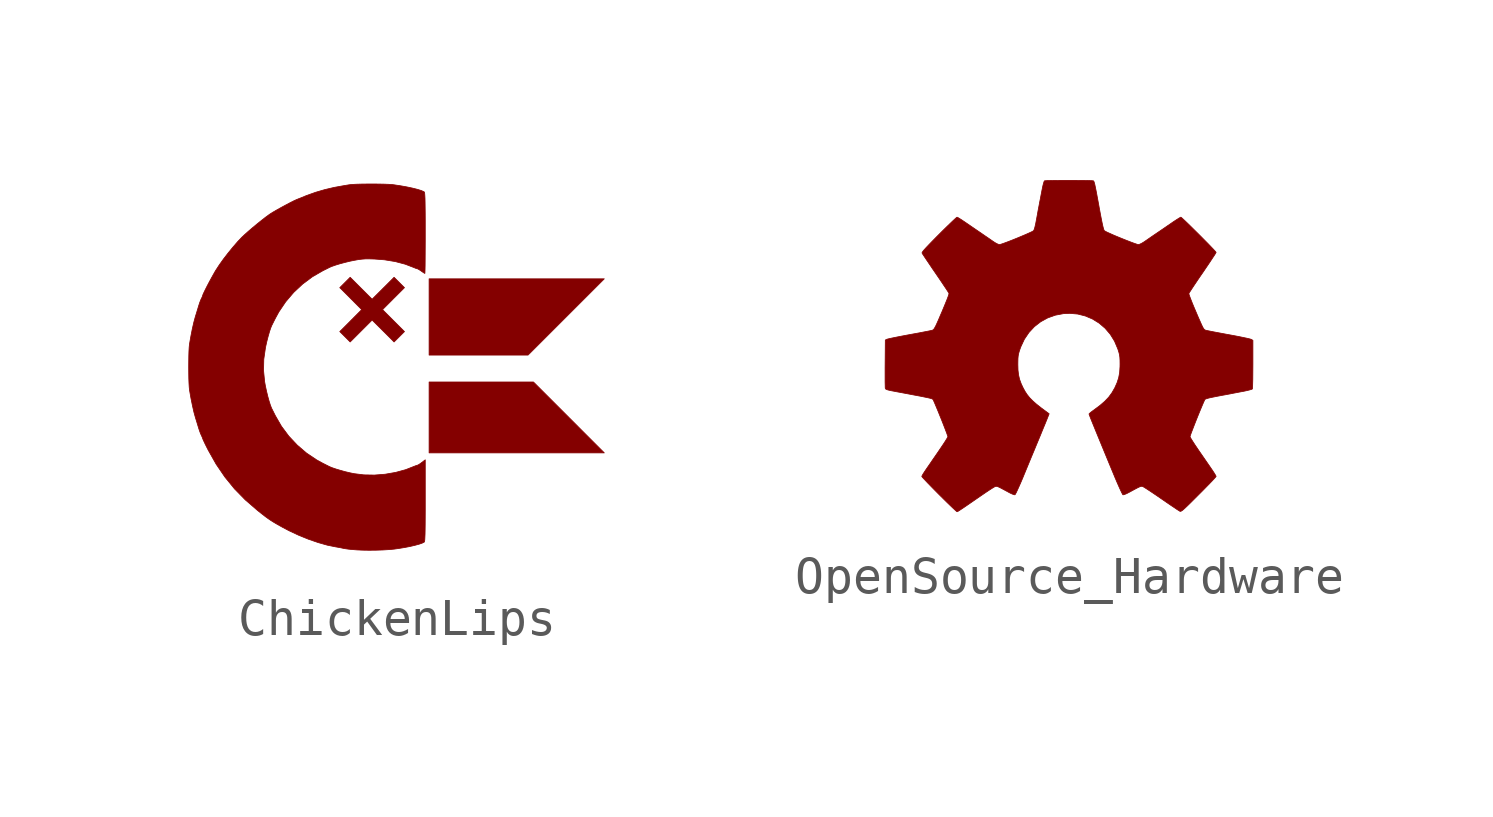
<source format=kicad_sym>
(kicad_symbol_lib
  (version 20211014)
  (generator kicad_symbol_editor)
  (symbol "ChickenLips"
    (pin_names
      (offset 1.016))
    (property "Reference" "G"
      (at 0 4.357 0)
      (effects (font (size 1.27 1.27)) hide))
    (symbol "ChickenLips_0_0"
      (polyline (pts (xy 5.673 2.391) (xy 0.902 2.391) (xy 0.902 0.315) (xy 3.597 0.315) (xy 5.673 2.391)) (stroke (width 0.01) (type default) (color 0 0 0 0)) (fill (type outline)))
      (polyline (pts (xy 4.709 -1.384) (xy 3.744 -0.419) (xy 0.902 -0.419) (xy 0.902 -2.349) (xy 5.673 -2.349) (xy 4.709 -1.384)) (stroke (width 0.01) (type default) (color 0 0 0 0)) (fill (type outline)))
      (polyline (pts (xy 0.231 0.954) (xy -0.366 1.552) (xy -0.068 1.851) (xy 0.231 2.15) (xy -0.052 2.433) (xy -0.351 2.134) (xy -0.65 1.836) (xy -1.248 2.433) (xy -1.531 2.15) (xy -1.232 1.851) (xy -0.934 1.552) (xy -1.232 1.253) (xy -1.531 0.954) (xy -1.248 0.671) (xy -0.65 1.268) (xy -0.351 0.97) (xy -0.052 0.671) (xy 0.231 0.954)) (stroke (width 0.01) (type default) (color 0 0 0 0)) (fill (type outline)))
      (polyline (pts (xy -0.546 -4.999) (xy -0.361 -4.993) (xy -0.193 -4.983) (xy -0.052 -4.97) (xy 0.07 -4.953) (xy 0.229 -4.927) (xy 0.38 -4.898) (xy 0.517 -4.866) (xy 0.632 -4.835) (xy 0.719 -4.804) (xy 0.771 -4.777) (xy 0.773 -4.774) (xy 0.779 -4.754) (xy 0.784 -4.714) (xy 0.787 -4.652) (xy 0.791 -4.564) (xy 0.793 -4.448) (xy 0.795 -4.301) (xy 0.796 -4.12) (xy 0.797 -3.903) (xy 0.797 -3.647) (xy 0.797 -2.538) (xy 0.701 -2.611) (xy 0.659 -2.642) (xy 0.611 -2.673) (xy 0.584 -2.685) (xy 0.582 -2.685) (xy 0.547 -2.695) (xy 0.496 -2.715) (xy 0.264 -2.806) (xy -0.007 -2.88) (xy -0.294 -2.93) (xy -0.586 -2.953) (xy -0.871 -2.948) (xy -1.14 -2.915) (xy -1.251 -2.892) (xy -1.382 -2.861) (xy -1.512 -2.825) (xy -1.633 -2.789) (xy -1.733 -2.755) (xy -1.802 -2.727) (xy -1.809 -2.724) (xy -1.851 -2.703) (xy -1.916 -2.67) (xy -1.992 -2.632) (xy -2.161 -2.54) (xy -2.436 -2.355) (xy -2.69 -2.137) (xy -2.919 -1.893) (xy -3.118 -1.626) (xy -3.282 -1.342) (xy -3.293 -1.321) (xy -3.331 -1.245) (xy -3.362 -1.183) (xy -3.381 -1.146) (xy -3.388 -1.132) (xy -3.419 -1.053) (xy -3.454 -0.944) (xy -3.49 -0.815) (xy -3.524 -0.675) (xy -3.555 -0.532) (xy -3.577 -0.411) (xy -3.607 -0.104) (xy -3.6 0.2) (xy -3.555 0.511) (xy -3.548 0.547) (xy -3.516 0.69) (xy -3.48 0.829) (xy -3.444 0.954) (xy -3.41 1.055) (xy -3.381 1.125) (xy -3.377 1.132) (xy -3.355 1.176) (xy -3.321 1.244) (xy -3.282 1.321) (xy -3.19 1.49) (xy -3.005 1.764) (xy -2.788 2.019) (xy -2.543 2.248) (xy -2.276 2.447) (xy -1.992 2.611) (xy -1.97 2.622) (xy -1.895 2.659) (xy -1.836 2.689) (xy -1.802 2.706) (xy -1.739 2.732) (xy -1.641 2.766) (xy -1.522 2.802) (xy -1.391 2.837) (xy -1.261 2.869) (xy -1.14 2.894) (xy -1.138 2.894) (xy -1.022 2.915) (xy -0.923 2.927) (xy -0.828 2.934) (xy -0.719 2.934) (xy -0.584 2.93) (xy -0.313 2.909) (xy -0.02 2.861) (xy 0.252 2.789) (xy 0.496 2.695) (xy 0.502 2.692) (xy 0.551 2.672) (xy 0.582 2.664) (xy 0.595 2.66) (xy 0.635 2.637) (xy 0.689 2.601) (xy 0.721 2.578) (xy 0.765 2.549) (xy 0.786 2.538) (xy 0.787 2.541) (xy 0.789 2.578) (xy 0.791 2.651) (xy 0.793 2.756) (xy 0.794 2.89) (xy 0.795 3.049) (xy 0.796 3.229) (xy 0.797 3.426) (xy 0.797 3.636) (xy 0.797 3.717) (xy 0.797 3.96) (xy 0.796 4.165) (xy 0.794 4.333) (xy 0.792 4.47) (xy 0.79 4.576) (xy 0.786 4.655) (xy 0.782 4.709) (xy 0.777 4.742) (xy 0.771 4.756) (xy 0.754 4.767) (xy 0.686 4.796) (xy 0.583 4.828) (xy 0.451 4.861) (xy 0.296 4.894) (xy 0.123 4.925) (xy -0.063 4.953) (xy -0.096 4.957) (xy -0.195 4.964) (xy -0.322 4.969) (xy -0.469 4.972) (xy -0.627 4.974) (xy -0.786 4.973) (xy -0.939 4.971) (xy -1.076 4.967) (xy -1.189 4.961) (xy -1.269 4.953) (xy -1.399 4.932) (xy -1.682 4.881) (xy -1.941 4.82) (xy -2.19 4.747) (xy -2.442 4.657) (xy -2.71 4.548) (xy -2.778 4.517) (xy -2.881 4.465) (xy -3.001 4.402) (xy -3.126 4.334) (xy -3.246 4.267) (xy -3.351 4.206) (xy -3.429 4.157) (xy -3.455 4.139) (xy -3.546 4.073) (xy -3.656 3.987) (xy -3.777 3.89) (xy -3.9 3.788) (xy -4.017 3.688) (xy -4.118 3.598) (xy -4.196 3.525) (xy -4.309 3.406) (xy -4.439 3.256) (xy -4.572 3.093) (xy -4.7 2.927) (xy -4.813 2.768) (xy -4.904 2.628) (xy -4.917 2.608) (xy -4.968 2.518) (xy -5.025 2.416) (xy -5.083 2.309) (xy -5.139 2.203) (xy -5.188 2.106) (xy -5.228 2.024) (xy -5.255 1.966) (xy -5.265 1.936) (xy -5.265 1.935) (xy -5.275 1.904) (xy -5.298 1.856) (xy -5.316 1.819) (xy -5.344 1.747) (xy -5.37 1.667) (xy -5.374 1.655) (xy -5.4 1.568) (xy -5.432 1.464) (xy -5.463 1.363) (xy -5.465 1.357) (xy -5.505 1.21) (xy -5.546 1.031) (xy -5.586 0.827) (xy -5.624 0.608) (xy -5.624 0.605) (xy -5.632 0.53) (xy -5.638 0.422) (xy -5.642 0.29) (xy -5.644 0.141) (xy -5.645 -0.015) (xy -5.644 -0.172) (xy -5.642 -0.32) (xy -5.637 -0.451) (xy -5.631 -0.557) (xy -5.624 -0.629) (xy -5.622 -0.641) (xy -5.584 -0.86) (xy -5.543 -1.062) (xy -5.503 -1.24) (xy -5.463 -1.384) (xy -5.458 -1.401) (xy -5.426 -1.504) (xy -5.395 -1.606) (xy -5.37 -1.688) (xy -5.351 -1.746) (xy -5.323 -1.822) (xy -5.298 -1.877) (xy -5.296 -1.882) (xy -5.274 -1.929) (xy -5.265 -1.957) (xy -5.265 -1.957) (xy -5.255 -1.983) (xy -5.23 -2.038) (xy -5.194 -2.114) (xy -5.149 -2.204) (xy -5.114 -2.273) (xy -4.898 -2.656) (xy -4.659 -3.007) (xy -4.396 -3.33) (xy -4.102 -3.63) (xy -3.775 -3.913) (xy -3.767 -3.92) (xy -3.649 -4.013) (xy -3.555 -4.086) (xy -3.473 -4.145) (xy -3.396 -4.197) (xy -3.314 -4.248) (xy -3.218 -4.304) (xy -3.098 -4.371) (xy -2.909 -4.471) (xy -2.648 -4.593) (xy -2.382 -4.701) (xy -2.121 -4.791) (xy -1.872 -4.862) (xy -1.647 -4.908) (xy -1.594 -4.917) (xy -1.502 -4.934) (xy -1.424 -4.951) (xy -1.37 -4.96) (xy -1.283 -4.972) (xy -1.178 -4.982) (xy -1.067 -4.991) (xy -1.065 -4.991) (xy -0.911 -4.998) (xy -0.734 -5.001) (xy -0.546 -4.999)) (stroke (width 0.01) (type default) (color 0 0 0 0)) (fill (type outline)))))
  (symbol "OpenSource_Hardware"
    (pin_names
      (offset 1.016))
    (property "Reference" "G"
      (at 0 3.859 0)
      (effects (font (size 1.27 1.27)) hide))
    (symbol "OpenSource_Hardware_0_0"
      (polyline (pts (xy -3.042 -4.512) (xy -3.034 -4.511) (xy -3.021 -4.505) (xy -3.001 -4.494) (xy -2.971 -4.475) (xy -2.928 -4.446) (xy -2.869 -4.407) (xy -2.791 -4.354) (xy -2.692 -4.286) (xy -2.569 -4.201) (xy -2.418 -4.097) (xy -2.358 -4.056) (xy -2.259 -3.988) (xy -2.17 -3.929) (xy -2.096 -3.881) (xy -2.042 -3.848) (xy -2.013 -3.832) (xy -1.994 -3.825) (xy -1.977 -3.822) (xy -1.955 -3.825) (xy -1.925 -3.835) (xy -1.881 -3.855) (xy -1.82 -3.887) (xy -1.736 -3.932) (xy -1.625 -3.992) (xy -1.607 -4.002) (xy -1.545 -4.031) (xy -1.496 -4.049) (xy -1.468 -4.053) (xy -1.455 -4.034) (xy -1.429 -3.986) (xy -1.395 -3.913) (xy -1.353 -3.82) (xy -1.305 -3.711) (xy -1.254 -3.591) (xy -1.211 -3.486) (xy -1.109 -3.239) (xy -1.019 -3.021) (xy -0.94 -2.832) (xy -0.873 -2.669) (xy -0.815 -2.53) (xy -0.766 -2.412) (xy -0.726 -2.313) (xy -0.692 -2.231) (xy -0.664 -2.163) (xy -0.641 -2.108) (xy -0.623 -2.063) (xy -0.608 -2.026) (xy -0.595 -1.994) (xy -0.538 -1.85) (xy -0.591 -1.812) (xy -0.609 -1.798) (xy -0.759 -1.687) (xy -0.883 -1.589) (xy -0.983 -1.5) (xy -1.066 -1.416) (xy -1.134 -1.332) (xy -1.192 -1.244) (xy -1.245 -1.147) (xy -1.296 -1.039) (xy -1.341 -0.918) (xy -1.369 -0.797) (xy -1.385 -0.665) (xy -1.389 -0.509) (xy -1.388 -0.427) (xy -1.386 -0.345) (xy -1.38 -0.281) (xy -1.37 -0.223) (xy -1.353 -0.161) (xy -1.328 -0.085) (xy -1.307 -0.028) (xy -1.211 0.176) (xy -1.087 0.359) (xy -0.939 0.518) (xy -0.768 0.651) (xy -0.578 0.755) (xy -0.371 0.829) (xy -0.15 0.871) (xy 0.022 0.879) (xy 0.239 0.86) (xy 0.447 0.807) (xy 0.642 0.724) (xy 0.822 0.612) (xy 0.984 0.473) (xy 1.124 0.309) (xy 1.239 0.123) (xy 1.327 -0.085) (xy 1.342 -0.13) (xy 1.363 -0.199) (xy 1.376 -0.259) (xy 1.384 -0.322) (xy 1.388 -0.398) (xy 1.389 -0.5) (xy 1.388 -0.573) (xy 1.378 -0.73) (xy 1.352 -0.87) (xy 1.309 -1.004) (xy 1.246 -1.145) (xy 1.241 -1.154) (xy 1.167 -1.282) (xy 1.08 -1.4) (xy 0.974 -1.511) (xy 0.845 -1.623) (xy 0.686 -1.742) (xy 0.651 -1.767) (xy 0.597 -1.808) (xy 0.559 -1.84) (xy 0.545 -1.857) (xy 0.547 -1.861) (xy 0.559 -1.896) (xy 0.585 -1.963) (xy 0.624 -2.061) (xy 0.676 -2.188) (xy 0.74 -2.345) (xy 0.816 -2.53) (xy 0.903 -2.741) (xy 1.001 -2.979) (xy 1.109 -3.241) (xy 1.228 -3.527) (xy 1.25 -3.581) (xy 1.303 -3.705) (xy 1.352 -3.817) (xy 1.395 -3.912) (xy 1.43 -3.986) (xy 1.455 -4.034) (xy 1.468 -4.053) (xy 1.473 -4.053) (xy 1.507 -4.046) (xy 1.561 -4.024) (xy 1.625 -3.992) (xy 1.732 -3.934) (xy 1.817 -3.888) (xy 1.879 -3.856) (xy 1.923 -3.836) (xy 1.954 -3.825) (xy 1.976 -3.822) (xy 1.994 -3.825) (xy 2.013 -3.832) (xy 2.019 -3.835) (xy 2.055 -3.856) (xy 2.116 -3.895) (xy 2.197 -3.948) (xy 2.294 -4.013) (xy 2.402 -4.086) (xy 2.518 -4.166) (xy 2.559 -4.194) (xy 2.672 -4.272) (xy 2.776 -4.343) (xy 2.866 -4.403) (xy 2.938 -4.452) (xy 2.99 -4.485) (xy 3.015 -4.5) (xy 3.023 -4.503) (xy 3.037 -4.503) (xy 3.055 -4.495) (xy 3.081 -4.479) (xy 3.116 -4.45) (xy 3.163 -4.407) (xy 3.225 -4.348) (xy 3.305 -4.27) (xy 3.405 -4.17) (xy 3.528 -4.047) (xy 3.53 -4.045) (xy 3.638 -3.937) (xy 3.736 -3.837) (xy 3.824 -3.747) (xy 3.897 -3.671) (xy 3.952 -3.611) (xy 3.987 -3.571) (xy 4 -3.554) (xy 3.994 -3.538) (xy 3.971 -3.498) (xy 3.935 -3.44) (xy 3.89 -3.372) (xy 3.876 -3.352) (xy 3.827 -3.28) (xy 3.763 -3.187) (xy 3.69 -3.081) (xy 3.612 -2.968) (xy 3.535 -2.857) (xy 3.492 -2.793) (xy 3.427 -2.697) (xy 3.372 -2.612) (xy 3.329 -2.544) (xy 3.301 -2.496) (xy 3.291 -2.474) (xy 3.295 -2.458) (xy 3.31 -2.412) (xy 3.336 -2.341) (xy 3.371 -2.251) (xy 3.411 -2.147) (xy 3.455 -2.035) (xy 3.501 -1.92) (xy 3.547 -1.807) (xy 3.591 -1.701) (xy 3.63 -1.608) (xy 3.662 -1.534) (xy 3.686 -1.482) (xy 3.698 -1.459) (xy 3.702 -1.456) (xy 3.736 -1.442) (xy 3.801 -1.423) (xy 3.897 -1.402) (xy 4.027 -1.376) (xy 4.191 -1.345) (xy 4.237 -1.337) (xy 4.316 -1.322) (xy 4.382 -1.31) (xy 4.39 -1.308) (xy 4.445 -1.297) (xy 4.524 -1.282) (xy 4.618 -1.264) (xy 4.718 -1.245) (xy 4.752 -1.239) (xy 4.84 -1.22) (xy 4.913 -1.202) (xy 4.964 -1.187) (xy 4.986 -1.176) (xy 4.989 -1.157) (xy 4.992 -1.105) (xy 4.994 -1.024) (xy 4.997 -0.92) (xy 4.998 -0.796) (xy 4.999 -0.656) (xy 5 -0.505) (xy 5 0.145) (xy 4.959 0.17) (xy 4.95 0.174) (xy 4.908 0.186) (xy 4.836 0.203) (xy 4.74 0.223) (xy 4.625 0.247) (xy 4.495 0.272) (xy 4.354 0.298) (xy 4.292 0.309) (xy 4.154 0.335) (xy 4.026 0.359) (xy 3.914 0.38) (xy 3.824 0.398) (xy 3.759 0.411) (xy 3.725 0.419) (xy 3.721 0.42) (xy 3.703 0.426) (xy 3.686 0.436) (xy 3.67 0.452) (xy 3.651 0.48) (xy 3.628 0.522) (xy 3.6 0.583) (xy 3.563 0.666) (xy 3.515 0.774) (xy 3.456 0.913) (xy 3.447 0.934) (xy 3.395 1.056) (xy 3.349 1.168) (xy 3.311 1.265) (xy 3.282 1.341) (xy 3.264 1.394) (xy 3.26 1.418) (xy 3.269 1.436) (xy 3.298 1.481) (xy 3.342 1.549) (xy 3.4 1.637) (xy 3.47 1.741) (xy 3.548 1.857) (xy 3.634 1.981) (xy 3.711 2.095) (xy 3.79 2.211) (xy 3.859 2.315) (xy 3.917 2.403) (xy 3.962 2.471) (xy 3.99 2.517) (xy 4 2.536) (xy 3.995 2.544) (xy 3.968 2.576) (xy 3.921 2.627) (xy 3.856 2.695) (xy 3.779 2.775) (xy 3.691 2.864) (xy 3.598 2.958) (xy 3.501 3.055) (xy 3.405 3.15) (xy 3.314 3.24) (xy 3.23 3.322) (xy 3.157 3.392) (xy 3.099 3.446) (xy 3.06 3.481) (xy 3.042 3.493) (xy 3.035 3.491) (xy 3.002 3.473) (xy 2.947 3.439) (xy 2.877 3.394) (xy 2.796 3.34) (xy 2.795 3.338) (xy 2.692 3.268) (xy 2.579 3.19) (xy 2.467 3.114) (xy 2.373 3.05) (xy 2.289 2.993) (xy 2.199 2.931) (xy 2.117 2.874) (xy 2.054 2.831) (xy 2.044 2.824) (xy 1.982 2.786) (xy 1.926 2.759) (xy 1.889 2.748) (xy 1.867 2.752) (xy 1.815 2.769) (xy 1.739 2.796) (xy 1.646 2.831) (xy 1.541 2.872) (xy 1.431 2.916) (xy 1.319 2.962) (xy 1.214 3.006) (xy 1.12 3.048) (xy 1.042 3.083) (xy 0.988 3.11) (xy 0.961 3.127) (xy 0.955 3.136) (xy 0.94 3.179) (xy 0.921 3.252) (xy 0.898 3.359) (xy 0.87 3.5) (xy 0.837 3.675) (xy 0.835 3.685) (xy 0.801 3.874) (xy 0.772 4.03) (xy 0.749 4.157) (xy 0.729 4.257) (xy 0.713 4.335) (xy 0.701 4.391) (xy 0.69 4.431) (xy 0.681 4.457) (xy 0.674 4.473) (xy 0.666 4.48) (xy 0.662 4.481) (xy 0.627 4.485) (xy 0.562 4.487) (xy 0.473 4.49) (xy 0.365 4.491) (xy 0.242 4.492) (xy 0.111 4.493) (xy -0.025 4.493) (xy -0.16 4.493) (xy -0.289 4.492) (xy -0.407 4.491) (xy -0.508 4.489) (xy -0.589 4.487) (xy -0.643 4.484) (xy -0.666 4.48) (xy -0.677 4.46) (xy -0.692 4.411) (xy -0.71 4.341) (xy -0.727 4.258) (xy -0.739 4.197) (xy -0.761 4.083) (xy -0.782 3.97) (xy -0.801 3.876) (xy -0.803 3.861) (xy -0.82 3.772) (xy -0.841 3.662) (xy -0.862 3.543) (xy -0.883 3.43) (xy -0.903 3.323) (xy -0.925 3.225) (xy -0.945 3.159) (xy -0.961 3.126) (xy -0.979 3.114) (xy -1.028 3.089) (xy -1.101 3.056) (xy -1.192 3.016) (xy -1.296 2.972) (xy -1.406 2.926) (xy -1.517 2.881) (xy -1.624 2.839) (xy -1.72 2.803) (xy -1.8 2.774) (xy -1.858 2.755) (xy -1.889 2.748) (xy -1.894 2.748) (xy -1.935 2.762) (xy -1.992 2.791) (xy -2.055 2.831) (xy -2.114 2.872) (xy -2.195 2.928) (xy -2.285 2.989) (xy -2.373 3.05) (xy -2.374 3.051) (xy -2.47 3.116) (xy -2.581 3.192) (xy -2.695 3.27) (xy -2.797 3.34) (xy -2.834 3.365) (xy -2.91 3.416) (xy -2.974 3.457) (xy -3.02 3.484) (xy -3.042 3.493) (xy -3.042 3.493) (xy -3.06 3.481) (xy -3.1 3.445) (xy -3.16 3.389) (xy -3.236 3.316) (xy -3.326 3.229) (xy -3.427 3.13) (xy -3.535 3.022) (xy -3.6 2.957) (xy -3.718 2.837) (xy -3.812 2.74) (xy -3.885 2.663) (xy -3.938 2.605) (xy -3.972 2.562) (xy -3.99 2.535) (xy -3.993 2.52) (xy -3.985 2.504) (xy -3.957 2.461) (xy -3.913 2.394) (xy -3.855 2.308) (xy -3.786 2.206) (xy -3.709 2.091) (xy -3.624 1.968) (xy -3.556 1.868) (xy -3.477 1.752) (xy -3.407 1.647) (xy -3.347 1.558) (xy -3.301 1.488) (xy -3.271 1.44) (xy -3.26 1.418) (xy -3.26 1.417) (xy -3.267 1.388) (xy -3.286 1.331) (xy -3.317 1.25) (xy -3.357 1.151) (xy -3.404 1.037) (xy -3.456 0.913) (xy -3.496 0.821) (xy -3.547 0.701) (xy -3.588 0.609) (xy -3.62 0.54) (xy -3.646 0.492) (xy -3.666 0.459) (xy -3.683 0.439) (xy -3.699 0.427) (xy -3.716 0.42) (xy -3.726 0.417) (xy -3.772 0.407) (xy -3.847 0.392) (xy -3.946 0.373) (xy -4.063 0.35) (xy -4.195 0.326) (xy -4.336 0.3) (xy -4.402 0.288) (xy -4.539 0.262) (xy -4.663 0.238) (xy -4.771 0.216) (xy -4.857 0.198) (xy -4.917 0.184) (xy -4.946 0.176) (xy -4.991 0.154) (xy -4.996 -0.482) (xy -4.997 -0.607) (xy -4.997 -0.749) (xy -4.997 -0.877) (xy -4.997 -0.986) (xy -4.995 -1.072) (xy -4.994 -1.131) (xy -4.992 -1.157) (xy -4.987 -1.17) (xy -4.973 -1.183) (xy -4.945 -1.196) (xy -4.898 -1.209) (xy -4.826 -1.225) (xy -4.723 -1.244) (xy -4.721 -1.245) (xy -4.506 -1.285) (xy -4.325 -1.319) (xy -4.173 -1.348) (xy -4.049 -1.371) (xy -3.95 -1.391) (xy -3.872 -1.407) (xy -3.812 -1.42) (xy -3.769 -1.43) (xy -3.739 -1.439) (xy -3.719 -1.446) (xy -3.706 -1.453) (xy -3.698 -1.459) (xy -3.69 -1.473) (xy -3.669 -1.518) (xy -3.639 -1.587) (xy -3.602 -1.676) (xy -3.559 -1.778) (xy -3.514 -1.89) (xy -3.467 -2.005) (xy -3.422 -2.119) (xy -3.381 -2.225) (xy -3.345 -2.319) (xy -3.316 -2.396) (xy -3.298 -2.449) (xy -3.291 -2.474) (xy -3.295 -2.485) (xy -3.317 -2.523) (xy -3.354 -2.584) (xy -3.405 -2.663) (xy -3.467 -2.755) (xy -3.536 -2.857) (xy -3.563 -2.897) (xy -3.641 -3.01) (xy -3.717 -3.12) (xy -3.787 -3.223) (xy -3.847 -3.309) (xy -3.89 -3.372) (xy -3.925 -3.424) (xy -3.964 -3.485) (xy -3.99 -3.53) (xy -4 -3.554) (xy -3.988 -3.571) (xy -3.953 -3.611) (xy -3.897 -3.67) (xy -3.825 -3.746) (xy -3.737 -3.836) (xy -3.639 -3.936) (xy -3.532 -4.044) (xy -3.425 -4.15) (xy -3.325 -4.249) (xy -3.235 -4.336) (xy -3.159 -4.409) (xy -3.1 -4.464) (xy -3.06 -4.5) (xy -3.043 -4.512) (xy -3.042 -4.512)) (stroke (width 0.01) (type default) (color 0 0 0 0)) (fill (type outline))))))
</source>
